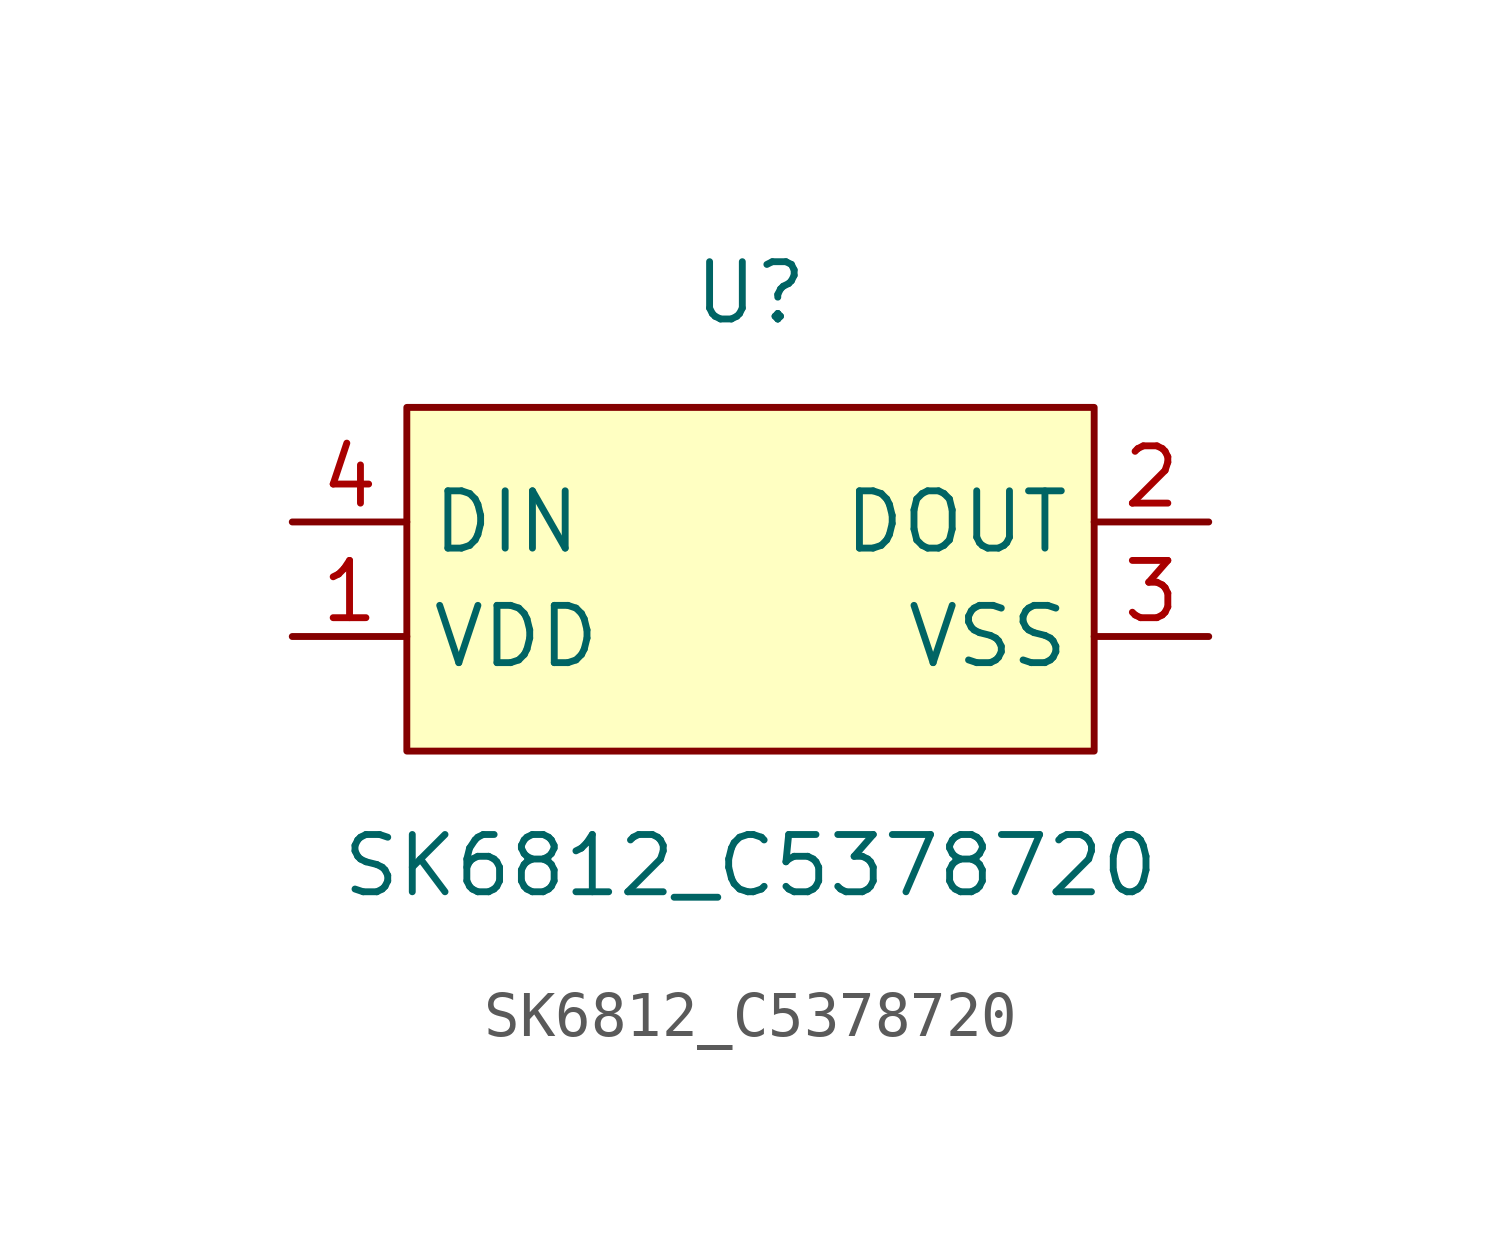
<source format=kicad_sym>
(kicad_symbol_lib
  (version 20211014)
  (generator https://github.com/uPesy/easyeda2kicad.py)
  (symbol "SK6812_C5378720"
    (property "Reference" "U"
      (at 0 6.35 0)
      (effects (font (size 1.27 1.27))))
    (property "Value" "SK6812_C5378720"
      (at 0 -6.35 0)
      (effects (font (size 1.27 1.27))))
    (symbol "SK6812_C5378720_0_1"
      (rectangle (start -7.62 3.81) (end 7.62 -3.81) (stroke (width 0) (type default) (color 0 0 0 0)) (fill (type background)))
      (pin unspecified line (at -10.16 -1.27 0) (length 2.54) (name "VDD" (effects (font (size 1.27 1.27)))) (number "1" (effects (font (size 1.27 1.27)))))
      (pin unspecified line (at 10.16 1.27 180) (length 2.54) (name "DOUT" (effects (font (size 1.27 1.27)))) (number "2" (effects (font (size 1.27 1.27)))))
      (pin unspecified line (at 10.16 -1.27 180) (length 2.54) (name "VSS" (effects (font (size 1.27 1.27)))) (number "3" (effects (font (size 1.27 1.27)))))
      (pin unspecified line (at -10.16 1.27 0) (length 2.54) (name "DIN" (effects (font (size 1.27 1.27)))) (number "4" (effects (font (size 1.27 1.27))))))))
</source>
